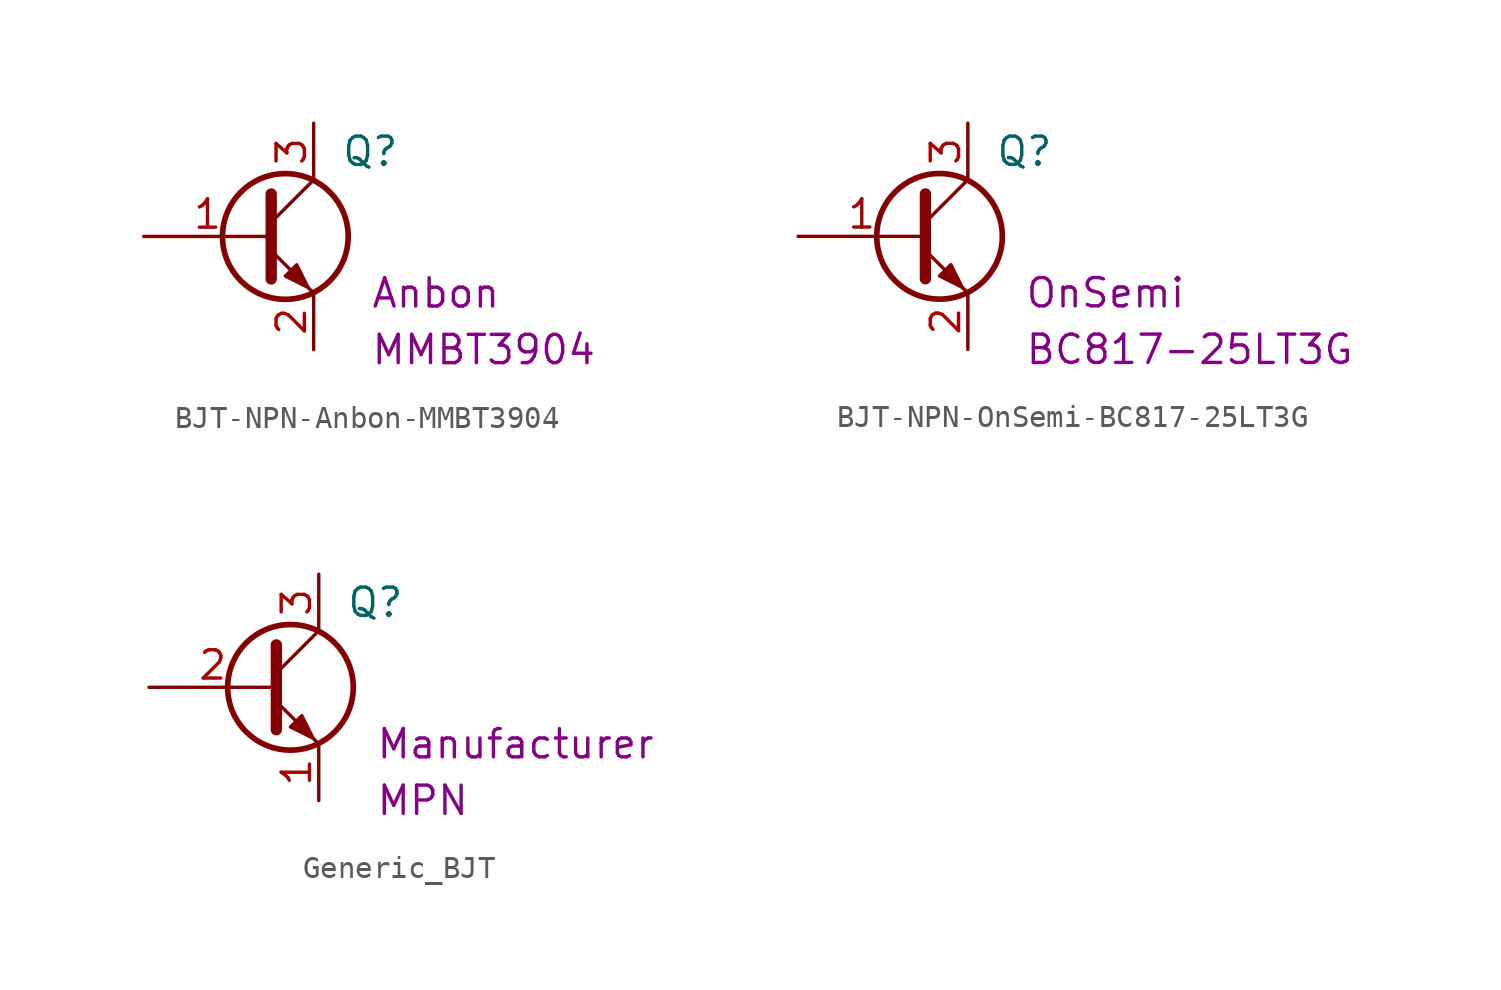
<source format=kicad_sym>
(kicad_symbol_lib
  (version 20220914)
  (generator kicad_symbol_editor)
  (symbol "BJT-NPN-Anbon-MMBT3904"
    (pin_names hide)
    (property "Reference" "Q"
      (at 3.81 3.81 0)
      (effects (font (size 1.27 1.27))))
    (property "Manufacturer" "Anbon"
      (at 3.81 -2.54 0)
      (effects (font (size 1.27 1.27)) (justify left)))
    (property "MPN" "MMBT3904"
      (at 3.81 -5.08 0)
      (effects (font (size 1.27 1.27)) (justify left)))
    (symbol "BJT-NPN-Anbon-MMBT3904_0_1"
      (polyline (pts (xy -0.635 0.635) (xy 1.27 2.54)) (stroke (width 0) (type default)) (fill (type none)))
      (polyline (pts (xy -0.635 -0.635) (xy 1.27 -2.54) (xy 1.27 -2.54)) (stroke (width 0) (type default)) (fill (type none)))
      (polyline (pts (xy -0.635 1.905) (xy -0.635 -1.905) (xy -0.635 -1.905)) (stroke (width 0.508) (type default)) (fill (type none)))
      (polyline (pts (xy 0 -1.778) (xy 0.508 -1.27) (xy 1.016 -2.286) (xy 0 -1.778) (xy 0 -1.778)) (stroke (width 0) (type default)) (fill (type outline)))
      (circle (center 0 0) (radius 2.819) (stroke (width 0.254) (type default)) (fill (type none))))
    (symbol "BJT-NPN-Anbon-MMBT3904_1_1"
      (pin passive line (at -6.35 0 0) (length 5.715) (name "B" (effects (font (size 1.27 1.27)))) (number "1" (effects (font (size 1.27 1.27)))))
      (pin passive line (at 1.27 -5.08 90) (length 2.54) (name "E" (effects (font (size 1.27 1.27)))) (number "2" (effects (font (size 1.27 1.27)))))
      (pin passive line (at 1.27 5.08 270) (length 2.54) (name "C" (effects (font (size 1.27 1.27)))) (number "3" (effects (font (size 1.27 1.27)))))))
  (symbol "BJT-NPN-OnSemi-BC817-25LT3G"
    (pin_names hide)
    (property "Reference" "Q"
      (at 3.81 3.81 0)
      (effects (font (size 1.27 1.27))))
    (property "Manufacturer" "OnSemi"
      (at 3.81 -2.54 0)
      (effects (font (size 1.27 1.27)) (justify left)))
    (property "MPN" "BC817-25LT3G"
      (at 3.81 -5.08 0)
      (effects (font (size 1.27 1.27)) (justify left)))
    (symbol "BJT-NPN-OnSemi-BC817-25LT3G_0_1"
      (polyline (pts (xy -0.635 0.635) (xy 1.27 2.54)) (stroke (width 0) (type default)) (fill (type none)))
      (polyline (pts (xy -0.635 -0.635) (xy 1.27 -2.54) (xy 1.27 -2.54)) (stroke (width 0) (type default)) (fill (type none)))
      (polyline (pts (xy -0.635 1.905) (xy -0.635 -1.905) (xy -0.635 -1.905)) (stroke (width 0.508) (type default)) (fill (type none)))
      (polyline (pts (xy 0 -1.778) (xy 0.508 -1.27) (xy 1.016 -2.286) (xy 0 -1.778) (xy 0 -1.778)) (stroke (width 0) (type default)) (fill (type outline)))
      (circle (center 0 0) (radius 2.819) (stroke (width 0.254) (type default)) (fill (type none))))
    (symbol "BJT-NPN-OnSemi-BC817-25LT3G_1_1"
      (pin passive line (at -6.35 0 0) (length 5.715) (name "B" (effects (font (size 1.27 1.27)))) (number "1" (effects (font (size 1.27 1.27)))))
      (pin passive line (at 1.27 -5.08 90) (length 2.54) (name "E" (effects (font (size 1.27 1.27)))) (number "2" (effects (font (size 1.27 1.27)))))
      (pin passive line (at 1.27 5.08 270) (length 2.54) (name "C" (effects (font (size 1.27 1.27)))) (number "3" (effects (font (size 1.27 1.27)))))))
  (symbol "Generic_BJT"
    (pin_names hide)
    (property "Reference" "Q"
      (at 3.81 3.81 0)
      (effects (font (size 1.27 1.27))))
    (property "Value" ""
      (at 0 0 0)
      (effects (font (size 1.27 1.27))))
    (property "Manufacturer" "Manufacturer"
      (at 3.81 -2.54 0)
      (effects (font (size 1.27 1.27)) (justify left)))
    (property "MPN" "MPN"
      (at 3.81 -5.08 0)
      (effects (font (size 1.27 1.27)) (justify left)))
    (symbol "Generic_BJT_0_1"
      (polyline (pts (xy -0.635 0.635) (xy 1.27 2.54)) (stroke (width 0) (type default)) (fill (type none)))
      (polyline (pts (xy -0.635 -0.635) (xy 1.27 -2.54) (xy 1.27 -2.54)) (stroke (width 0) (type default)) (fill (type none)))
      (polyline (pts (xy -0.635 1.905) (xy -0.635 -1.905) (xy -0.635 -1.905)) (stroke (width 0.508) (type default)) (fill (type none)))
      (polyline (pts (xy 0 -1.778) (xy 0.508 -1.27) (xy 1.016 -2.286) (xy 0 -1.778) (xy 0 -1.778)) (stroke (width 0) (type default)) (fill (type outline)))
      (circle (center 0 0) (radius 2.819) (stroke (width 0.254) (type default)) (fill (type none))))
    (symbol "Generic_BJT_1_1"
      (pin passive line (at 1.27 -5.08 90) (length 2.54) (name "E" (effects (font (size 1.27 1.27)))) (number "1" (effects (font (size 1.27 1.27)))))
      (pin passive line (at -6.35 0 0) (length 5.715) (name "B" (effects (font (size 1.27 1.27)))) (number "2" (effects (font (size 1.27 1.27)))))
      (pin passive line (at 1.27 5.08 270) (length 2.54) (name "C" (effects (font (size 1.27 1.27)))) (number "3" (effects (font (size 1.27 1.27))))))))
</source>
